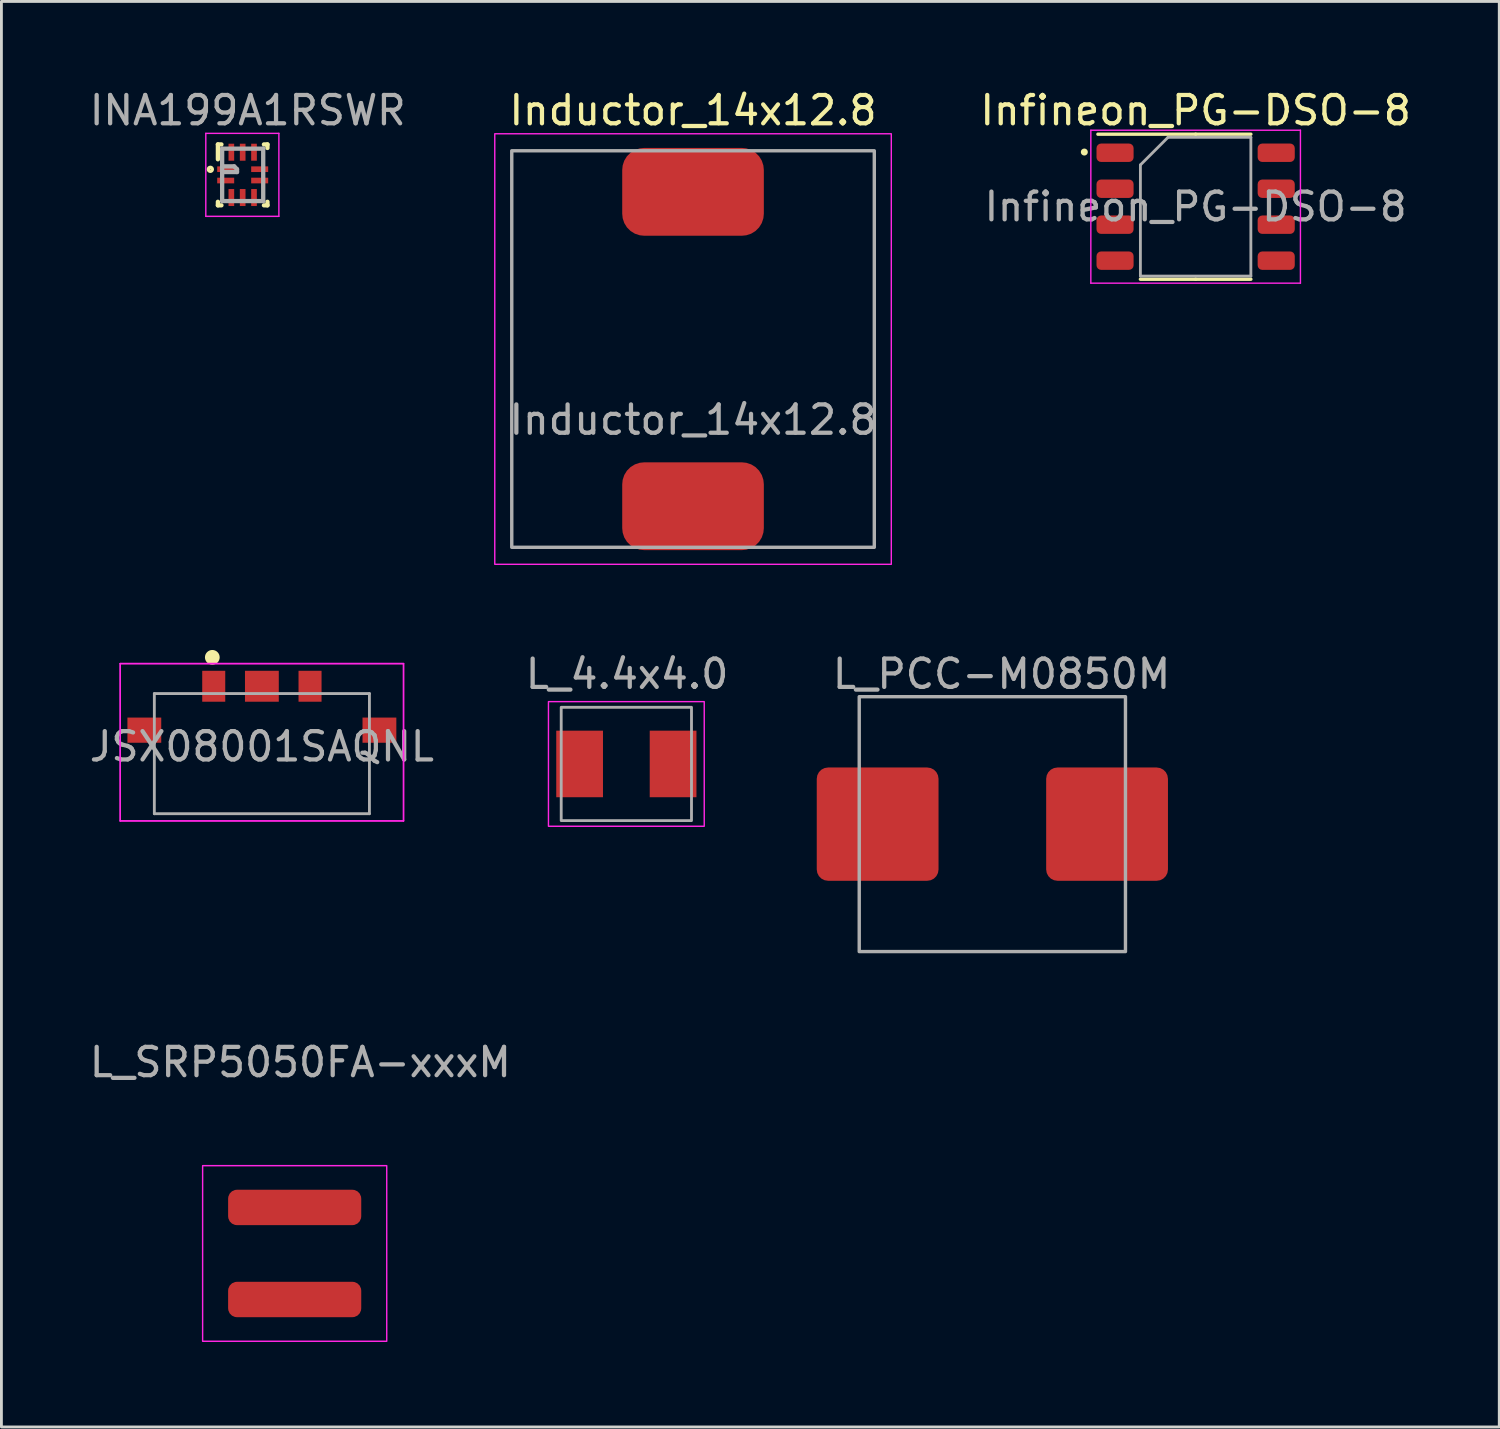
<source format=kicad_pcb>
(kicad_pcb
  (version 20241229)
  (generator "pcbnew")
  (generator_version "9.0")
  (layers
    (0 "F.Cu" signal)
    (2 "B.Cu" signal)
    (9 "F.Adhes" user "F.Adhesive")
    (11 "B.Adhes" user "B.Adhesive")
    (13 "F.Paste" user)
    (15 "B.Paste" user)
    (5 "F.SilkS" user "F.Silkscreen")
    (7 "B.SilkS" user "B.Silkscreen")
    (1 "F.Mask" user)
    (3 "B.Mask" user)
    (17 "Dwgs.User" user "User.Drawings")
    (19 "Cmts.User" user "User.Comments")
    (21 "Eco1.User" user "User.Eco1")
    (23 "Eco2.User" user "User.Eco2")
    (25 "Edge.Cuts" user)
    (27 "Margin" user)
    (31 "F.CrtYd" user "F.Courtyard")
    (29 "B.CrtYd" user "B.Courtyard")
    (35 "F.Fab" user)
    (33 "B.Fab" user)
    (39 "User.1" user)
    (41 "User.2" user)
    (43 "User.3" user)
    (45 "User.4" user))
  (footprint "L_PCC-M0850M"
    (layer "F.Cu")
    (at 31.986 26.047)
    (property "Reference" "L_PCC-M0850M" (at 0.325 -5.3 0) (unlocked yes) (layer "F.Fab") (effects (font (size 1 1) (thickness 0.15))))
    (attr smd)
    (fp_rect (start -4.7 -4.5) (end 4.7 4.5) (stroke (width 0.12) (type solid)) (fill no) (layer "F.Fab"))
    (pad "1" smd roundrect (at -4.05 0) (size 4.3 4) (layers "F.Cu" "F.Mask" "F.Paste") (roundrect_rratio 0.1))
    (pad "2" smd roundrect (at 4.05 0) (size 4.3 4) (layers "F.Cu" "F.Mask" "F.Paste") (roundrect_rratio 0.1)))
  (footprint "L_SRP5050FA-xxxM"
    (layer "F.Cu")
    (at 7.354 41.205)
    (property "Reference" "L_SRP5050FA-xxxM" (at 0.2 -6.75 0) (unlocked yes) (layer "F.Fab") (effects (font (size 1 1) (thickness 0.15))))
    (attr smd)
    (fp_rect (start -3.25 -3.1) (end 3.25 3.1) (stroke (width 0.05) (type solid)) (fill no) (layer "F.CrtYd"))
    (pad "1" smd roundrect (at 0 -1.625) (size 4.7 1.25) (layers "F.Cu" "F.Mask" "F.Paste") (roundrect_rratio 0.25))
    (pad "2" smd roundrect (at 0 1.625) (size 4.7 1.25) (layers "F.Cu" "F.Mask" "F.Paste") (roundrect_rratio 0.25)))
  (footprint "Infineon_PG-DSO-8"
    (layer "F.Cu")
    (at 39.163 4.248)
    (property "Reference" "Infineon_PG-DSO-8" (at 0 -3.4 0) (layer "F.SilkS") (effects (font (size 1 1) (thickness 0.15))))
    (attr smd)
    (fp_line (start 0 -2.56) (end -3.45 -2.56) (stroke (width 0.12) (type solid)) (layer "F.SilkS"))
    (fp_line (start 0 -2.56) (end 1.95 -2.56) (stroke (width 0.12) (type solid)) (layer "F.SilkS"))
    (fp_line (start 0 2.56) (end -1.95 2.56) (stroke (width 0.12) (type solid)) (layer "F.SilkS"))
    (fp_line (start 0 2.56) (end 1.95 2.56) (stroke (width 0.12) (type solid)) (layer "F.SilkS"))
    (fp_circle (center -3.93 -1.93) (end -3.88 -1.89) (stroke (width 0.12) (type solid)) (fill no) (layer "F.SilkS"))
    (fp_line (start -3.7 -2.7) (end -3.7 2.7) (stroke (width 0.05) (type solid)) (layer "F.CrtYd"))
    (fp_line (start -3.7 2.7) (end 3.7 2.7) (stroke (width 0.05) (type solid)) (layer "F.CrtYd"))
    (fp_line (start 3.7 -2.7) (end -3.7 -2.7) (stroke (width 0.05) (type solid)) (layer "F.CrtYd"))
    (fp_line (start 3.7 2.7) (end 3.7 -2.7) (stroke (width 0.05) (type solid)) (layer "F.CrtYd"))
    (fp_line (start -1.95 -1.475) (end -0.975 -2.45) (stroke (width 0.1) (type solid)) (layer "F.Fab"))
    (fp_line (start -1.95 2.45) (end -1.95 -1.475) (stroke (width 0.1) (type solid)) (layer "F.Fab"))
    (fp_line (start -0.975 -2.45) (end 1.95 -2.45) (stroke (width 0.1) (type solid)) (layer "F.Fab"))
    (fp_line (start 1.95 -2.45) (end 1.95 2.45) (stroke (width 0.1) (type solid)) (layer "F.Fab"))
    (fp_line (start 1.95 2.45) (end -1.95 2.45) (stroke (width 0.1) (type solid)) (layer "F.Fab"))
    (fp_text user "${REFERENCE}" (at 0 0 0) (layer "F.Fab") (effects (font (size 0.98 0.98) (thickness 0.15))))
    (pad "1" smd roundrect (at -2.845 -1.905) (size 1.31 0.65) (layers "F.Cu" "F.Mask" "F.Paste") (roundrect_rratio 0.25))
    (pad "2" smd roundrect (at -2.845 -0.635) (size 1.31 0.65) (layers "F.Cu" "F.Mask" "F.Paste") (roundrect_rratio 0.25))
    (pad "3" smd roundrect (at -2.845 0.635) (size 1.31 0.65) (layers "F.Cu" "F.Mask" "F.Paste") (roundrect_rratio 0.25))
    (pad "4" smd roundrect (at -2.845 1.905) (size 1.31 0.65) (layers "F.Cu" "F.Mask" "F.Paste") (roundrect_rratio 0.25))
    (pad "5" smd roundrect (at 2.845 1.905) (size 1.31 0.65) (layers "F.Cu" "F.Mask" "F.Paste") (roundrect_rratio 0.25))
    (pad "6" smd roundrect (at 2.845 0.635) (size 1.31 0.65) (layers "F.Cu" "F.Mask" "F.Paste") (roundrect_rratio 0.25))
    (pad "7" smd roundrect (at 2.845 -0.635) (size 1.31 0.65) (layers "F.Cu" "F.Mask" "F.Paste") (roundrect_rratio 0.25))
    (pad "8" smd roundrect (at 2.845 -1.905) (size 1.31 0.65) (layers "F.Cu" "F.Mask" "F.Paste") (roundrect_rratio 0.25)))
  (footprint "Inductor_14x12.8"
    (layer "F.Cu")
    (at 21.418 9.273)
    (property "Reference" "Inductor_14x12.8" (at 0 -8.425 0) (unlocked yes) (layer "F.SilkS") (effects (font (size 1 1) (thickness 0.15))))
    (attr smd)
    (fp_rect (start -7 -7.6) (end 7 7.6) (stroke (width 0.05) (type solid)) (fill no) (layer "F.CrtYd"))
    (fp_rect (start -6.4 -7) (end 6.4 7) (stroke (width 0.12) (type solid)) (fill no) (layer "F.Fab"))
    (fp_text user "${REFERENCE}" (at 0 2.5 0) (unlocked yes) (layer "F.Fab") (effects (font (size 1 1) (thickness 0.15))))
    (pad "1" smd roundrect (at 0 -5.55) (size 5 3.1) (layers "F.Cu" "F.Mask" "F.Paste") (roundrect_rratio 0.25))
    (pad "2" smd roundrect (at 0 5.55) (size 5 3.1) (layers "F.Cu" "F.Mask" "F.Paste") (roundrect_rratio 0.25)))
  (footprint "L_4.4x4.0"
    (layer "F.Cu")
    (at 19.064 23.922)
    (property "Reference" "L_4.4x4.0" (at 0.025 -3.175 0) (unlocked yes) (layer "F.Fab") (effects (font (size 1 1) (thickness 0.15))))
    (attr smd)
    (fp_rect (start -2.75 -2.2) (end 2.75 2.2) (stroke (width 0.05) (type solid)) (fill no) (layer "F.CrtYd"))
    (fp_rect (start -2.3 -2) (end 2.3 2) (stroke (width 0.1) (type solid)) (fill no) (layer "F.Fab"))
    (pad "1" smd rect (at -1.65 0) (size 1.65 2.35) (layers "F.Cu" "F.Mask" "F.Paste"))
    (pad "2" smd rect (at 1.65 0) (size 1.65 2.35) (layers "F.Cu" "F.Mask" "F.Paste")))
  (footprint "INA199A1RSWR"
    (layer "F.Cu")
    (at 5.546 3.118)
    (property "Reference" "INA199A1RSWR" (at 0.15 -2.27 0) (layer "F.Fab") (effects (font (size 1 1) (thickness 0.15))))
    (attr smd)
    (fp_line (start -0.903 -1.069) (end -0.778 -1.069) (stroke (width 0.152) (type solid)) (layer "F.SilkS"))
    (fp_line (start -0.903 -0.544) (end -0.903 -1.069) (stroke (width 0.152) (type solid)) (layer "F.SilkS"))
    (fp_line (start -0.903 1.081) (end -0.903 0.956) (stroke (width 0.152) (type solid)) (layer "F.SilkS"))
    (fp_line (start -0.903 1.081) (end -0.778 1.081) (stroke (width 0.152) (type solid)) (layer "F.SilkS"))
    (fp_line (start 0.722 -1.069) (end 0.847 -1.069) (stroke (width 0.152) (type solid)) (layer "F.SilkS"))
    (fp_line (start 0.722 1.081) (end 0.847 1.081) (stroke (width 0.152) (type solid)) (layer "F.SilkS"))
    (fp_line (start 0.847 -0.944) (end 0.847 -1.069) (stroke (width 0.152) (type solid)) (layer "F.SilkS"))
    (fp_line (start 0.847 1.081) (end 0.847 0.956) (stroke (width 0.152) (type solid)) (layer "F.SilkS"))
    (fp_circle (center -1.17 -0.19) (end -1.18 -0.19) (stroke (width 0.12) (type solid)) (fill no) (layer "F.SilkS"))
    (fp_line (start -1.33 -1.46) (end 1.25 -1.46) (stroke (width 0.05) (type solid)) (layer "F.CrtYd"))
    (fp_line (start -1.33 1.47) (end -1.33 -1.46) (stroke (width 0.05) (type solid)) (layer "F.CrtYd"))
    (fp_line (start -1.33 1.47) (end 1.25 1.47) (stroke (width 0.05) (type solid)) (layer "F.CrtYd"))
    (fp_line (start 1.25 1.47) (end 1.25 -1.46) (stroke (width 0.05) (type solid)) (layer "F.CrtYd"))
    (fp_line (start -0.753 -0.919) (end 0.697 -0.919) (stroke (width 0.152) (type solid)) (layer "F.Fab"))
    (fp_line (start -0.753 0.931) (end -0.753 -0.919) (stroke (width 0.152) (type solid)) (layer "F.Fab"))
    (fp_line (start -0.753 0.931) (end 0.697 0.931) (stroke (width 0.152) (type solid)) (layer "F.Fab"))
    (fp_line (start -0.753 -0.294) (end -0.328 -0.294) (stroke (width 0.152) (type solid)) (layer "F.Fab"))
    (fp_line (start -0.753 -0.094) (end -0.228 -0.094) (stroke (width 0.152) (type solid)) (layer "F.Fab"))
    (fp_line (start -0.328 -0.294) (end -0.228 -0.194) (stroke (width 0.152) (type solid)) (layer "F.Fab"))
    (fp_line (start -0.228 -0.094) (end -0.228 -0.194) (stroke (width 0.152) (type solid)) (layer "F.Fab"))
    (fp_line (start 0.697 0.931) (end 0.697 -0.919) (stroke (width 0.152) (type solid)) (layer "F.Fab"))
    (pad "1" smd rect (at -0.578 -0.194 90) (size 0.2 0.7) (layers "F.Cu" "F.Mask" "F.Paste"))
    (pad "2" smd rect (at -0.628 0.206 90) (size 0.2 0.6) (layers "F.Cu" "F.Mask" "F.Paste"))
    (pad "2" smd rect (at -0.428 0.806) (size 0.2 0.6) (layers "F.Cu" "F.Mask" "F.Paste"))
    (pad "4" smd rect (at -0.028 0.806) (size 0.2 0.6) (layers "F.Cu" "F.Mask" "F.Paste"))
    (pad "4" smd rect (at 0.372 0.806) (size 0.2 0.6) (layers "F.Cu" "F.Mask" "F.Paste"))
    (pad "6" smd rect (at 0.572 0.206 90) (size 0.2 0.6) (layers "F.Cu" "F.Mask" "F.Paste"))
    (pad "7" smd rect (at 0.572 -0.194 90) (size 0.2 0.6) (layers "F.Cu" "F.Mask" "F.Paste"))
    (pad "8" smd rect (at 0.372 -0.794) (size 0.2 0.6) (layers "F.Cu" "F.Mask" "F.Paste"))
    (pad "9" smd rect (at -0.028 -0.794) (size 0.2 0.6) (layers "F.Cu" "F.Mask" "F.Paste"))
    (pad "10" smd rect (at -0.428 -0.794) (size 0.2 0.6) (layers "F.Cu" "F.Mask" "F.Paste")))
  (footprint "JSX08001SAQNL"
    (layer "F.Cu")
    (at 6.196 23.558)
    (property "Reference" "JSX08001SAQNL" (at 0 -0.25 0) (layer "F.Fab") (effects (font (size 1 1) (thickness 0.15))))
    (attr through_hole)
    (fp_circle (center -1.75 -3.4) (end -1.55 -3.4) (stroke (width 0.12) (type solid)) (fill yes) (layer "F.SilkS"))
    (fp_line (start -5.001 -3.179) (end -5.001 2.375) (stroke (width 0.05) (type solid)) (layer "F.CrtYd"))
    (fp_line (start -5.001 -3.179) (end -5.001 2.375) (stroke (width 0.05) (type solid)) (layer "F.CrtYd"))
    (fp_line (start -5.001 2.375) (end 5.001 2.375) (stroke (width 0.05) (type solid)) (layer "F.CrtYd"))
    (fp_line (start -5.001 2.375) (end 5.001 2.375) (stroke (width 0.05) (type solid)) (layer "F.CrtYd"))
    (fp_line (start 5.001 -3.179) (end -5.001 -3.179) (stroke (width 0.05) (type solid)) (layer "F.CrtYd"))
    (fp_line (start 5.001 -3.179) (end -5.001 -3.179) (stroke (width 0.05) (type solid)) (layer "F.CrtYd"))
    (fp_line (start 5.001 2.375) (end 5.001 -3.179) (stroke (width 0.05) (type solid)) (layer "F.CrtYd"))
    (fp_line (start 5.001 2.375) (end 5.001 -3.179) (stroke (width 0.05) (type solid)) (layer "F.CrtYd"))
    (fp_line (start -3.797 -2.121) (end -3.797 2.121) (stroke (width 0.1) (type solid)) (layer "F.Fab"))
    (fp_line (start -3.797 2.121) (end 3.797 2.121) (stroke (width 0.1) (type solid)) (layer "F.Fab"))
    (fp_line (start 3.797 -2.121) (end -3.797 -2.121) (stroke (width 0.1) (type solid)) (layer "F.Fab"))
    (fp_line (start 3.797 2.121) (end 3.797 -2.121) (stroke (width 0.1) (type solid)) (layer "F.Fab"))
    (pad "1" smd rect (at -1.7 -2.379) (size 0.813 1.092) (layers "F.Cu" "F.Mask" "F.Paste"))
    (pad "2" smd rect (at 0 -2.379) (size 1.194 1.092) (layers "F.Cu" "F.Mask" "F.Paste"))
    (pad "3" smd rect (at 1.7 -2.379) (size 0.813 1.092) (layers "F.Cu" "F.Mask" "F.Paste"))
    (pad "MP" smd rect (at -4.15 -0.829) (size 1.194 0.889) (layers "F.Cu" "F.Mask" "F.Paste"))
    (pad "MP" smd rect (at 4.15 -0.829) (size 1.194 0.889) (layers "F.Cu" "F.Mask" "F.Paste")))
  (gr_rect
    (start -3 -3)
    (end 49.883 47.33)
    (stroke (width 0.1) (type default))
    (fill no)
    (layer "Edge.Cuts")))
</source>
